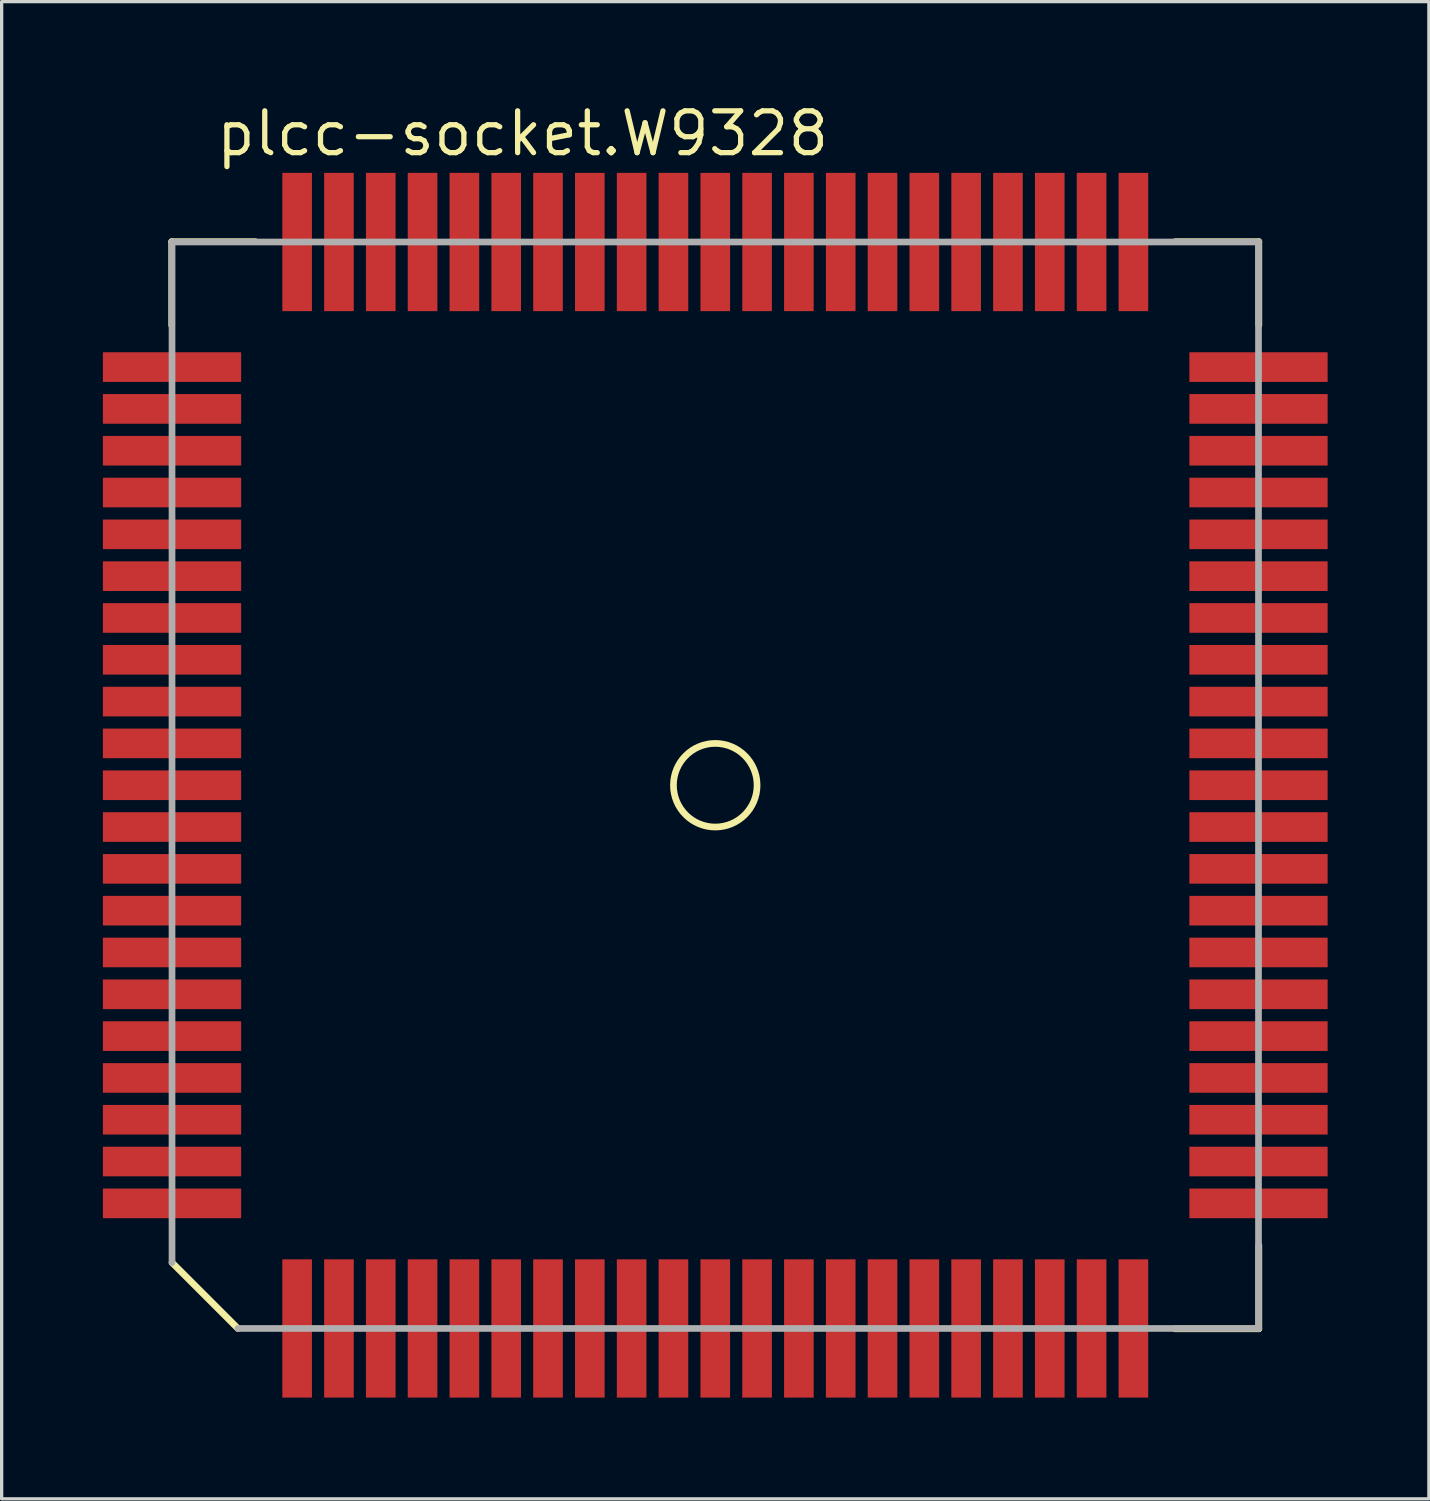
<source format=kicad_pcb>
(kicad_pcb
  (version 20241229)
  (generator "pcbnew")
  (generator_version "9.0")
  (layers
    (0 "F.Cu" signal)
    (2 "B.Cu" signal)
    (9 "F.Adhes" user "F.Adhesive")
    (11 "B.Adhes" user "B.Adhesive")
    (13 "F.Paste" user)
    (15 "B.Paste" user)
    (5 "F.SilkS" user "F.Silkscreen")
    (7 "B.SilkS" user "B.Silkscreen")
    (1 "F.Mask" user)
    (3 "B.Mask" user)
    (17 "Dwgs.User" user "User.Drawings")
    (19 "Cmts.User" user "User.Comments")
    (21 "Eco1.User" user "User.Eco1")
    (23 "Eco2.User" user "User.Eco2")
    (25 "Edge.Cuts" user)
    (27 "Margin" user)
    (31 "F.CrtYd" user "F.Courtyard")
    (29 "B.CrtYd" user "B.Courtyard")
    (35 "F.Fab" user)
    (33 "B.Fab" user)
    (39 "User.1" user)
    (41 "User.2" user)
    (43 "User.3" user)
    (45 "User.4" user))
  (footprint "plcc-socket.W9328"
    (layer "F.Cu")
    (at 18.675 20.8)
    (property "Reference" "plcc-socket.W9328" (at -15.24 -19.05 0) (layer "F.SilkS") (effects (font (size 1.27 1.27) (thickness 0.16)) (justify left bottom)))
    (attr smd)
    (fp_rect (start -18.65 -12.2) (end -14.35 -13.2) (stroke (width 0.05) (type default)) (fill yes) (layer "F.Mask"))
    (fp_rect (start -18.65 -10.93) (end -14.35 -11.93) (stroke (width 0.05) (type default)) (fill yes) (layer "F.Mask"))
    (fp_rect (start -18.65 -9.66) (end -14.35 -10.66) (stroke (width 0.05) (type default)) (fill yes) (layer "F.Mask"))
    (fp_rect (start -18.65 -8.39) (end -14.35 -9.39) (stroke (width 0.05) (type default)) (fill yes) (layer "F.Mask"))
    (fp_rect (start -18.65 -7.12) (end -14.35 -8.12) (stroke (width 0.05) (type default)) (fill yes) (layer "F.Mask"))
    (fp_rect (start -18.65 -5.85) (end -14.35 -6.85) (stroke (width 0.05) (type default)) (fill yes) (layer "F.Mask"))
    (fp_rect (start -18.65 -4.58) (end -14.35 -5.58) (stroke (width 0.05) (type default)) (fill yes) (layer "F.Mask"))
    (fp_rect (start -18.65 -3.31) (end -14.35 -4.31) (stroke (width 0.05) (type default)) (fill yes) (layer "F.Mask"))
    (fp_rect (start -18.65 -2.04) (end -14.35 -3.04) (stroke (width 0.05) (type default)) (fill yes) (layer "F.Mask"))
    (fp_rect (start -18.65 -0.77) (end -14.35 -1.77) (stroke (width 0.05) (type default)) (fill yes) (layer "F.Mask"))
    (fp_rect (start -18.65 0.5) (end -14.35 -0.5) (stroke (width 0.05) (type default)) (fill yes) (layer "F.Mask"))
    (fp_rect (start -18.65 1.77) (end -14.35 0.77) (stroke (width 0.05) (type default)) (fill yes) (layer "F.Mask"))
    (fp_rect (start -18.65 3.04) (end -14.35 2.04) (stroke (width 0.05) (type default)) (fill yes) (layer "F.Mask"))
    (fp_rect (start -18.65 4.31) (end -14.35 3.31) (stroke (width 0.05) (type default)) (fill yes) (layer "F.Mask"))
    (fp_rect (start -18.65 5.58) (end -14.35 4.58) (stroke (width 0.05) (type default)) (fill yes) (layer "F.Mask"))
    (fp_rect (start -18.65 6.85) (end -14.35 5.85) (stroke (width 0.05) (type default)) (fill yes) (layer "F.Mask"))
    (fp_rect (start -18.65 8.12) (end -14.35 7.12) (stroke (width 0.05) (type default)) (fill yes) (layer "F.Mask"))
    (fp_rect (start -18.65 9.39) (end -14.35 8.39) (stroke (width 0.05) (type default)) (fill yes) (layer "F.Mask"))
    (fp_rect (start -18.65 10.66) (end -14.35 9.66) (stroke (width 0.05) (type default)) (fill yes) (layer "F.Mask"))
    (fp_rect (start -18.65 11.93) (end -14.35 10.93) (stroke (width 0.05) (type default)) (fill yes) (layer "F.Mask"))
    (fp_rect (start -18.65 13.2) (end -14.35 12.2) (stroke (width 0.05) (type default)) (fill yes) (layer "F.Mask"))
    (fp_rect (start -13.2 -14.35) (end -12.2 -18.65) (stroke (width 0.05) (type default)) (fill yes) (layer "F.Mask"))
    (fp_rect (start -13.2 18.65) (end -12.2 14.35) (stroke (width 0.05) (type default)) (fill yes) (layer "F.Mask"))
    (fp_rect (start -11.93 -14.35) (end -10.93 -18.65) (stroke (width 0.05) (type default)) (fill yes) (layer "F.Mask"))
    (fp_rect (start -11.93 18.65) (end -10.93 14.35) (stroke (width 0.05) (type default)) (fill yes) (layer "F.Mask"))
    (fp_rect (start -10.66 -14.35) (end -9.66 -18.65) (stroke (width 0.05) (type default)) (fill yes) (layer "F.Mask"))
    (fp_rect (start -10.66 18.65) (end -9.66 14.35) (stroke (width 0.05) (type default)) (fill yes) (layer "F.Mask"))
    (fp_rect (start -9.39 -14.35) (end -8.39 -18.65) (stroke (width 0.05) (type default)) (fill yes) (layer "F.Mask"))
    (fp_rect (start -9.39 18.65) (end -8.39 14.35) (stroke (width 0.05) (type default)) (fill yes) (layer "F.Mask"))
    (fp_rect (start -8.12 -14.35) (end -7.12 -18.65) (stroke (width 0.05) (type default)) (fill yes) (layer "F.Mask"))
    (fp_rect (start -8.12 18.65) (end -7.12 14.35) (stroke (width 0.05) (type default)) (fill yes) (layer "F.Mask"))
    (fp_rect (start -6.85 -14.35) (end -5.85 -18.65) (stroke (width 0.05) (type default)) (fill yes) (layer "F.Mask"))
    (fp_rect (start -6.85 18.65) (end -5.85 14.35) (stroke (width 0.05) (type default)) (fill yes) (layer "F.Mask"))
    (fp_rect (start -5.58 -14.35) (end -4.58 -18.65) (stroke (width 0.05) (type default)) (fill yes) (layer "F.Mask"))
    (fp_rect (start -5.58 18.65) (end -4.58 14.35) (stroke (width 0.05) (type default)) (fill yes) (layer "F.Mask"))
    (fp_rect (start -4.31 -14.35) (end -3.31 -18.65) (stroke (width 0.05) (type default)) (fill yes) (layer "F.Mask"))
    (fp_rect (start -4.31 18.65) (end -3.31 14.35) (stroke (width 0.05) (type default)) (fill yes) (layer "F.Mask"))
    (fp_rect (start -3.04 -14.35) (end -2.04 -18.65) (stroke (width 0.05) (type default)) (fill yes) (layer "F.Mask"))
    (fp_rect (start -3.04 18.65) (end -2.04 14.35) (stroke (width 0.05) (type default)) (fill yes) (layer "F.Mask"))
    (fp_rect (start -1.77 -14.35) (end -0.77 -18.65) (stroke (width 0.05) (type default)) (fill yes) (layer "F.Mask"))
    (fp_rect (start -1.77 18.65) (end -0.77 14.35) (stroke (width 0.05) (type default)) (fill yes) (layer "F.Mask"))
    (fp_rect (start -0.5 -14.35) (end 0.5 -18.65) (stroke (width 0.05) (type default)) (fill yes) (layer "F.Mask"))
    (fp_rect (start -0.5 18.65) (end 0.5 14.35) (stroke (width 0.05) (type default)) (fill yes) (layer "F.Mask"))
    (fp_rect (start 0.77 -14.35) (end 1.77 -18.65) (stroke (width 0.05) (type default)) (fill yes) (layer "F.Mask"))
    (fp_rect (start 0.77 18.65) (end 1.77 14.35) (stroke (width 0.05) (type default)) (fill yes) (layer "F.Mask"))
    (fp_rect (start 2.04 -14.35) (end 3.04 -18.65) (stroke (width 0.05) (type default)) (fill yes) (layer "F.Mask"))
    (fp_rect (start 2.04 18.65) (end 3.04 14.35) (stroke (width 0.05) (type default)) (fill yes) (layer "F.Mask"))
    (fp_rect (start 3.31 -14.35) (end 4.31 -18.65) (stroke (width 0.05) (type default)) (fill yes) (layer "F.Mask"))
    (fp_rect (start 3.31 18.65) (end 4.31 14.35) (stroke (width 0.05) (type default)) (fill yes) (layer "F.Mask"))
    (fp_rect (start 4.58 -14.35) (end 5.58 -18.65) (stroke (width 0.05) (type default)) (fill yes) (layer "F.Mask"))
    (fp_rect (start 4.58 18.65) (end 5.58 14.35) (stroke (width 0.05) (type default)) (fill yes) (layer "F.Mask"))
    (fp_rect (start 5.85 -14.35) (end 6.85 -18.65) (stroke (width 0.05) (type default)) (fill yes) (layer "F.Mask"))
    (fp_rect (start 5.85 18.65) (end 6.85 14.35) (stroke (width 0.05) (type default)) (fill yes) (layer "F.Mask"))
    (fp_rect (start 7.12 -14.35) (end 8.12 -18.65) (stroke (width 0.05) (type default)) (fill yes) (layer "F.Mask"))
    (fp_rect (start 7.12 18.65) (end 8.12 14.35) (stroke (width 0.05) (type default)) (fill yes) (layer "F.Mask"))
    (fp_rect (start 8.39 -14.35) (end 9.39 -18.65) (stroke (width 0.05) (type default)) (fill yes) (layer "F.Mask"))
    (fp_rect (start 8.39 18.65) (end 9.39 14.35) (stroke (width 0.05) (type default)) (fill yes) (layer "F.Mask"))
    (fp_rect (start 9.66 -14.35) (end 10.66 -18.65) (stroke (width 0.05) (type default)) (fill yes) (layer "F.Mask"))
    (fp_rect (start 9.66 18.65) (end 10.66 14.35) (stroke (width 0.05) (type default)) (fill yes) (layer "F.Mask"))
    (fp_rect (start 10.93 -14.35) (end 11.93 -18.65) (stroke (width 0.05) (type default)) (fill yes) (layer "F.Mask"))
    (fp_rect (start 10.93 18.65) (end 11.93 14.35) (stroke (width 0.05) (type default)) (fill yes) (layer "F.Mask"))
    (fp_rect (start 12.2 -14.35) (end 13.2 -18.65) (stroke (width 0.05) (type default)) (fill yes) (layer "F.Mask"))
    (fp_rect (start 12.2 18.65) (end 13.2 14.35) (stroke (width 0.05) (type default)) (fill yes) (layer "F.Mask"))
    (fp_rect (start 14.35 -12.2) (end 18.65 -13.2) (stroke (width 0.05) (type default)) (fill yes) (layer "F.Mask"))
    (fp_rect (start 14.35 -10.93) (end 18.65 -11.93) (stroke (width 0.05) (type default)) (fill yes) (layer "F.Mask"))
    (fp_rect (start 14.35 -9.66) (end 18.65 -10.66) (stroke (width 0.05) (type default)) (fill yes) (layer "F.Mask"))
    (fp_rect (start 14.35 -8.39) (end 18.65 -9.39) (stroke (width 0.05) (type default)) (fill yes) (layer "F.Mask"))
    (fp_rect (start 14.35 -7.12) (end 18.65 -8.12) (stroke (width 0.05) (type default)) (fill yes) (layer "F.Mask"))
    (fp_rect (start 14.35 -5.85) (end 18.65 -6.85) (stroke (width 0.05) (type default)) (fill yes) (layer "F.Mask"))
    (fp_rect (start 14.35 -4.58) (end 18.65 -5.58) (stroke (width 0.05) (type default)) (fill yes) (layer "F.Mask"))
    (fp_rect (start 14.35 -3.31) (end 18.65 -4.31) (stroke (width 0.05) (type default)) (fill yes) (layer "F.Mask"))
    (fp_rect (start 14.35 -2.04) (end 18.65 -3.04) (stroke (width 0.05) (type default)) (fill yes) (layer "F.Mask"))
    (fp_rect (start 14.35 -0.77) (end 18.65 -1.77) (stroke (width 0.05) (type default)) (fill yes) (layer "F.Mask"))
    (fp_rect (start 14.35 0.5) (end 18.65 -0.5) (stroke (width 0.05) (type default)) (fill yes) (layer "F.Mask"))
    (fp_rect (start 14.35 1.77) (end 18.65 0.77) (stroke (width 0.05) (type default)) (fill yes) (layer "F.Mask"))
    (fp_rect (start 14.35 3.04) (end 18.65 2.04) (stroke (width 0.05) (type default)) (fill yes) (layer "F.Mask"))
    (fp_rect (start 14.35 4.31) (end 18.65 3.31) (stroke (width 0.05) (type default)) (fill yes) (layer "F.Mask"))
    (fp_rect (start 14.35 5.58) (end 18.65 4.58) (stroke (width 0.05) (type default)) (fill yes) (layer "F.Mask"))
    (fp_rect (start 14.35 6.85) (end 18.65 5.85) (stroke (width 0.05) (type default)) (fill yes) (layer "F.Mask"))
    (fp_rect (start 14.35 8.12) (end 18.65 7.12) (stroke (width 0.05) (type default)) (fill yes) (layer "F.Mask"))
    (fp_rect (start 14.35 9.39) (end 18.65 8.39) (stroke (width 0.05) (type default)) (fill yes) (layer "F.Mask"))
    (fp_rect (start 14.35 10.66) (end 18.65 9.66) (stroke (width 0.05) (type default)) (fill yes) (layer "F.Mask"))
    (fp_rect (start 14.35 11.93) (end 18.65 10.93) (stroke (width 0.05) (type default)) (fill yes) (layer "F.Mask"))
    (fp_rect (start 14.35 13.2) (end 18.65 12.2) (stroke (width 0.05) (type default)) (fill yes) (layer "F.Mask"))
    (fp_line (start -16.51 -16.51) (end -13.97 -16.51) (stroke (width 0.203) (type default)) (layer "F.SilkS"))
    (fp_line (start -16.51 -13.97) (end -16.51 -16.51) (stroke (width 0.203) (type default)) (layer "F.SilkS"))
    (fp_line (start -14.5 16.5) (end -16.5 14.5) (stroke (width 0.203) (type default)) (layer "F.SilkS"))
    (fp_line (start 13.97 -16.51) (end 16.51 -16.51) (stroke (width 0.203) (type default)) (layer "F.SilkS"))
    (fp_line (start 16.51 -16.51) (end 16.51 -13.97) (stroke (width 0.203) (type default)) (layer "F.SilkS"))
    (fp_line (start 16.51 13.97) (end 16.51 16.51) (stroke (width 0.203) (type default)) (layer "F.SilkS"))
    (fp_line (start 16.51 16.51) (end 13.97 16.51) (stroke (width 0.203) (type default)) (layer "F.SilkS"))
    (fp_circle (center 0 0) (end 1.27 0) (stroke (width 0.203) (type default)) (fill no) (layer "F.SilkS"))
    (fp_rect (start -18.55 -12.275) (end -14.45 -13.125) (stroke (width 0.05) (type default)) (fill yes) (layer "F.Paste"))
    (fp_rect (start -18.55 -11.005) (end -14.45 -11.855) (stroke (width 0.05) (type default)) (fill yes) (layer "F.Paste"))
    (fp_rect (start -18.55 -9.735) (end -14.45 -10.585) (stroke (width 0.05) (type default)) (fill yes) (layer "F.Paste"))
    (fp_rect (start -18.55 -8.465) (end -14.45 -9.315) (stroke (width 0.05) (type default)) (fill yes) (layer "F.Paste"))
    (fp_rect (start -18.55 -7.195) (end -14.45 -8.045) (stroke (width 0.05) (type default)) (fill yes) (layer "F.Paste"))
    (fp_rect (start -18.55 -5.925) (end -14.45 -6.775) (stroke (width 0.05) (type default)) (fill yes) (layer "F.Paste"))
    (fp_rect (start -18.55 -4.655) (end -14.45 -5.505) (stroke (width 0.05) (type default)) (fill yes) (layer "F.Paste"))
    (fp_rect (start -18.55 -3.385) (end -14.45 -4.235) (stroke (width 0.05) (type default)) (fill yes) (layer "F.Paste"))
    (fp_rect (start -18.55 -2.115) (end -14.45 -2.965) (stroke (width 0.05) (type default)) (fill yes) (layer "F.Paste"))
    (fp_rect (start -18.55 -0.845) (end -14.45 -1.695) (stroke (width 0.05) (type default)) (fill yes) (layer "F.Paste"))
    (fp_rect (start -18.55 0.425) (end -14.45 -0.425) (stroke (width 0.05) (type default)) (fill yes) (layer "F.Paste"))
    (fp_rect (start -18.55 1.695) (end -14.45 0.845) (stroke (width 0.05) (type default)) (fill yes) (layer "F.Paste"))
    (fp_rect (start -18.55 2.965) (end -14.45 2.115) (stroke (width 0.05) (type default)) (fill yes) (layer "F.Paste"))
    (fp_rect (start -18.55 4.235) (end -14.45 3.385) (stroke (width 0.05) (type default)) (fill yes) (layer "F.Paste"))
    (fp_rect (start -18.55 5.505) (end -14.45 4.655) (stroke (width 0.05) (type default)) (fill yes) (layer "F.Paste"))
    (fp_rect (start -18.55 6.775) (end -14.45 5.925) (stroke (width 0.05) (type default)) (fill yes) (layer "F.Paste"))
    (fp_rect (start -18.55 8.045) (end -14.45 7.195) (stroke (width 0.05) (type default)) (fill yes) (layer "F.Paste"))
    (fp_rect (start -18.55 9.315) (end -14.45 8.465) (stroke (width 0.05) (type default)) (fill yes) (layer "F.Paste"))
    (fp_rect (start -18.55 10.585) (end -14.45 9.735) (stroke (width 0.05) (type default)) (fill yes) (layer "F.Paste"))
    (fp_rect (start -18.55 11.855) (end -14.45 11.005) (stroke (width 0.05) (type default)) (fill yes) (layer "F.Paste"))
    (fp_rect (start -18.55 13.125) (end -14.45 12.275) (stroke (width 0.05) (type default)) (fill yes) (layer "F.Paste"))
    (fp_rect (start -13.125 -14.45) (end -12.275 -18.55) (stroke (width 0.05) (type default)) (fill yes) (layer "F.Paste"))
    (fp_rect (start -13.125 18.55) (end -12.275 14.45) (stroke (width 0.05) (type default)) (fill yes) (layer "F.Paste"))
    (fp_rect (start -11.855 -14.45) (end -11.005 -18.55) (stroke (width 0.05) (type default)) (fill yes) (layer "F.Paste"))
    (fp_rect (start -11.855 18.55) (end -11.005 14.45) (stroke (width 0.05) (type default)) (fill yes) (layer "F.Paste"))
    (fp_rect (start -10.585 -14.45) (end -9.735 -18.55) (stroke (width 0.05) (type default)) (fill yes) (layer "F.Paste"))
    (fp_rect (start -10.585 18.55) (end -9.735 14.45) (stroke (width 0.05) (type default)) (fill yes) (layer "F.Paste"))
    (fp_rect (start -9.315 -14.45) (end -8.465 -18.55) (stroke (width 0.05) (type default)) (fill yes) (layer "F.Paste"))
    (fp_rect (start -9.315 18.55) (end -8.465 14.45) (stroke (width 0.05) (type default)) (fill yes) (layer "F.Paste"))
    (fp_rect (start -8.045 -14.45) (end -7.195 -18.55) (stroke (width 0.05) (type default)) (fill yes) (layer "F.Paste"))
    (fp_rect (start -8.045 18.55) (end -7.195 14.45) (stroke (width 0.05) (type default)) (fill yes) (layer "F.Paste"))
    (fp_rect (start -6.775 -14.45) (end -5.925 -18.55) (stroke (width 0.05) (type default)) (fill yes) (layer "F.Paste"))
    (fp_rect (start -6.775 18.55) (end -5.925 14.45) (stroke (width 0.05) (type default)) (fill yes) (layer "F.Paste"))
    (fp_rect (start -5.505 -14.45) (end -4.655 -18.55) (stroke (width 0.05) (type default)) (fill yes) (layer "F.Paste"))
    (fp_rect (start -5.505 18.55) (end -4.655 14.45) (stroke (width 0.05) (type default)) (fill yes) (layer "F.Paste"))
    (fp_rect (start -4.235 -14.45) (end -3.385 -18.55) (stroke (width 0.05) (type default)) (fill yes) (layer "F.Paste"))
    (fp_rect (start -4.235 18.55) (end -3.385 14.45) (stroke (width 0.05) (type default)) (fill yes) (layer "F.Paste"))
    (fp_rect (start -2.965 -14.45) (end -2.115 -18.55) (stroke (width 0.05) (type default)) (fill yes) (layer "F.Paste"))
    (fp_rect (start -2.965 18.55) (end -2.115 14.45) (stroke (width 0.05) (type default)) (fill yes) (layer "F.Paste"))
    (fp_rect (start -1.695 -14.45) (end -0.845 -18.55) (stroke (width 0.05) (type default)) (fill yes) (layer "F.Paste"))
    (fp_rect (start -1.695 18.55) (end -0.845 14.45) (stroke (width 0.05) (type default)) (fill yes) (layer "F.Paste"))
    (fp_rect (start -0.425 -14.45) (end 0.425 -18.55) (stroke (width 0.05) (type default)) (fill yes) (layer "F.Paste"))
    (fp_rect (start -0.425 18.55) (end 0.425 14.45) (stroke (width 0.05) (type default)) (fill yes) (layer "F.Paste"))
    (fp_rect (start 0.845 -14.45) (end 1.695 -18.55) (stroke (width 0.05) (type default)) (fill yes) (layer "F.Paste"))
    (fp_rect (start 0.845 18.55) (end 1.695 14.45) (stroke (width 0.05) (type default)) (fill yes) (layer "F.Paste"))
    (fp_rect (start 2.115 -14.45) (end 2.965 -18.55) (stroke (width 0.05) (type default)) (fill yes) (layer "F.Paste"))
    (fp_rect (start 2.115 18.55) (end 2.965 14.45) (stroke (width 0.05) (type default)) (fill yes) (layer "F.Paste"))
    (fp_rect (start 3.385 -14.45) (end 4.235 -18.55) (stroke (width 0.05) (type default)) (fill yes) (layer "F.Paste"))
    (fp_rect (start 3.385 18.55) (end 4.235 14.45) (stroke (width 0.05) (type default)) (fill yes) (layer "F.Paste"))
    (fp_rect (start 4.655 -14.45) (end 5.505 -18.55) (stroke (width 0.05) (type default)) (fill yes) (layer "F.Paste"))
    (fp_rect (start 4.655 18.55) (end 5.505 14.45) (stroke (width 0.05) (type default)) (fill yes) (layer "F.Paste"))
    (fp_rect (start 5.925 -14.45) (end 6.775 -18.55) (stroke (width 0.05) (type default)) (fill yes) (layer "F.Paste"))
    (fp_rect (start 5.925 18.55) (end 6.775 14.45) (stroke (width 0.05) (type default)) (fill yes) (layer "F.Paste"))
    (fp_rect (start 7.195 -14.45) (end 8.045 -18.55) (stroke (width 0.05) (type default)) (fill yes) (layer "F.Paste"))
    (fp_rect (start 7.195 18.55) (end 8.045 14.45) (stroke (width 0.05) (type default)) (fill yes) (layer "F.Paste"))
    (fp_rect (start 8.465 -14.45) (end 9.315 -18.55) (stroke (width 0.05) (type default)) (fill yes) (layer "F.Paste"))
    (fp_rect (start 8.465 18.55) (end 9.315 14.45) (stroke (width 0.05) (type default)) (fill yes) (layer "F.Paste"))
    (fp_rect (start 9.735 -14.45) (end 10.585 -18.55) (stroke (width 0.05) (type default)) (fill yes) (layer "F.Paste"))
    (fp_rect (start 9.735 18.55) (end 10.585 14.45) (stroke (width 0.05) (type default)) (fill yes) (layer "F.Paste"))
    (fp_rect (start 11.005 -14.45) (end 11.855 -18.55) (stroke (width 0.05) (type default)) (fill yes) (layer "F.Paste"))
    (fp_rect (start 11.005 18.55) (end 11.855 14.45) (stroke (width 0.05) (type default)) (fill yes) (layer "F.Paste"))
    (fp_rect (start 12.275 -14.45) (end 13.125 -18.55) (stroke (width 0.05) (type default)) (fill yes) (layer "F.Paste"))
    (fp_rect (start 12.275 18.55) (end 13.125 14.45) (stroke (width 0.05) (type default)) (fill yes) (layer "F.Paste"))
    (fp_rect (start 14.45 -12.275) (end 18.55 -13.125) (stroke (width 0.05) (type default)) (fill yes) (layer "F.Paste"))
    (fp_rect (start 14.45 -11.005) (end 18.55 -11.855) (stroke (width 0.05) (type default)) (fill yes) (layer "F.Paste"))
    (fp_rect (start 14.45 -9.735) (end 18.55 -10.585) (stroke (width 0.05) (type default)) (fill yes) (layer "F.Paste"))
    (fp_rect (start 14.45 -8.465) (end 18.55 -9.315) (stroke (width 0.05) (type default)) (fill yes) (layer "F.Paste"))
    (fp_rect (start 14.45 -7.195) (end 18.55 -8.045) (stroke (width 0.05) (type default)) (fill yes) (layer "F.Paste"))
    (fp_rect (start 14.45 -5.925) (end 18.55 -6.775) (stroke (width 0.05) (type default)) (fill yes) (layer "F.Paste"))
    (fp_rect (start 14.45 -4.655) (end 18.55 -5.505) (stroke (width 0.05) (type default)) (fill yes) (layer "F.Paste"))
    (fp_rect (start 14.45 -3.385) (end 18.55 -4.235) (stroke (width 0.05) (type default)) (fill yes) (layer "F.Paste"))
    (fp_rect (start 14.45 -2.115) (end 18.55 -2.965) (stroke (width 0.05) (type default)) (fill yes) (layer "F.Paste"))
    (fp_rect (start 14.45 -0.845) (end 18.55 -1.695) (stroke (width 0.05) (type default)) (fill yes) (layer "F.Paste"))
    (fp_rect (start 14.45 0.425) (end 18.55 -0.425) (stroke (width 0.05) (type default)) (fill yes) (layer "F.Paste"))
    (fp_rect (start 14.45 1.695) (end 18.55 0.845) (stroke (width 0.05) (type default)) (fill yes) (layer "F.Paste"))
    (fp_rect (start 14.45 2.965) (end 18.55 2.115) (stroke (width 0.05) (type default)) (fill yes) (layer "F.Paste"))
    (fp_rect (start 14.45 4.235) (end 18.55 3.385) (stroke (width 0.05) (type default)) (fill yes) (layer "F.Paste"))
    (fp_rect (start 14.45 5.505) (end 18.55 4.655) (stroke (width 0.05) (type default)) (fill yes) (layer "F.Paste"))
    (fp_rect (start 14.45 6.775) (end 18.55 5.925) (stroke (width 0.05) (type default)) (fill yes) (layer "F.Paste"))
    (fp_rect (start 14.45 8.045) (end 18.55 7.195) (stroke (width 0.05) (type default)) (fill yes) (layer "F.Paste"))
    (fp_rect (start 14.45 9.315) (end 18.55 8.465) (stroke (width 0.05) (type default)) (fill yes) (layer "F.Paste"))
    (fp_rect (start 14.45 10.585) (end 18.55 9.735) (stroke (width 0.05) (type default)) (fill yes) (layer "F.Paste"))
    (fp_rect (start 14.45 11.855) (end 18.55 11.005) (stroke (width 0.05) (type default)) (fill yes) (layer "F.Paste"))
    (fp_rect (start 14.45 13.125) (end 18.55 12.275) (stroke (width 0.05) (type default)) (fill yes) (layer "F.Paste"))
    (fp_line (start -16.5 -16.5) (end 16.5 -16.5) (stroke (width 0.203) (type default)) (layer "F.Fab"))
    (fp_line (start -16.5 14.5) (end -16.5 -16.5) (stroke (width 0.203) (type default)) (layer "F.Fab"))
    (fp_line (start 16.5 -16.5) (end 16.5 16.5) (stroke (width 0.203) (type default)) (layer "F.Fab"))
    (fp_line (start 16.5 16.5) (end -14.5 16.5) (stroke (width 0.203) (type default)) (layer "F.Fab"))
    (pad "1" smd roundrect (at -16.5 0) (size 4.2 0.9) (layers "F.Cu" "F.Mask" "F.Paste") (roundrect_rratio 0.01))
    (pad "2" smd roundrect (at -16.5 1.27) (size 4.2 0.9) (layers "F.Cu" "F.Mask" "F.Paste") (roundrect_rratio 0.01))
    (pad "3" smd roundrect (at -16.5 2.54) (size 4.2 0.9) (layers "F.Cu" "F.Mask" "F.Paste") (roundrect_rratio 0.01))
    (pad "4" smd roundrect (at -16.5 3.81) (size 4.2 0.9) (layers "F.Cu" "F.Mask" "F.Paste") (roundrect_rratio 0.01))
    (pad "5" smd roundrect (at -16.5 5.08) (size 4.2 0.9) (layers "F.Cu" "F.Mask" "F.Paste") (roundrect_rratio 0.01))
    (pad "6" smd roundrect (at -16.5 6.35) (size 4.2 0.9) (layers "F.Cu" "F.Mask" "F.Paste") (roundrect_rratio 0.01))
    (pad "7" smd roundrect (at -16.5 7.62) (size 4.2 0.9) (layers "F.Cu" "F.Mask" "F.Paste") (roundrect_rratio 0.01))
    (pad "8" smd roundrect (at -16.5 8.89) (size 4.2 0.9) (layers "F.Cu" "F.Mask" "F.Paste") (roundrect_rratio 0.01))
    (pad "9" smd roundrect (at -16.5 10.16) (size 4.2 0.9) (layers "F.Cu" "F.Mask" "F.Paste") (roundrect_rratio 0.01))
    (pad "10" smd roundrect (at -16.5 11.43) (size 4.2 0.9) (layers "F.Cu" "F.Mask" "F.Paste") (roundrect_rratio 0.01))
    (pad "11" smd roundrect (at -16.5 12.7) (size 4.2 0.9) (layers "F.Cu" "F.Mask" "F.Paste") (roundrect_rratio 0.01))
    (pad "12" smd roundrect (at -12.7 16.5 90) (size 4.2 0.9) (layers "F.Cu" "F.Mask" "F.Paste") (roundrect_rratio 0.01))
    (pad "13" smd roundrect (at -11.43 16.5 90) (size 4.2 0.9) (layers "F.Cu" "F.Mask" "F.Paste") (roundrect_rratio 0.01))
    (pad "14" smd roundrect (at -10.16 16.5 90) (size 4.2 0.9) (layers "F.Cu" "F.Mask" "F.Paste") (roundrect_rratio 0.01))
    (pad "15" smd roundrect (at -8.89 16.5 90) (size 4.2 0.9) (layers "F.Cu" "F.Mask" "F.Paste") (roundrect_rratio 0.01))
    (pad "16" smd roundrect (at -7.62 16.5 90) (size 4.2 0.9) (layers "F.Cu" "F.Mask" "F.Paste") (roundrect_rratio 0.01))
    (pad "17" smd roundrect (at -6.35 16.5 90) (size 4.2 0.9) (layers "F.Cu" "F.Mask" "F.Paste") (roundrect_rratio 0.01))
    (pad "18" smd roundrect (at -5.08 16.5 90) (size 4.2 0.9) (layers "F.Cu" "F.Mask" "F.Paste") (roundrect_rratio 0.01))
    (pad "19" smd roundrect (at -3.81 16.5 90) (size 4.2 0.9) (layers "F.Cu" "F.Mask" "F.Paste") (roundrect_rratio 0.01))
    (pad "20" smd roundrect (at -2.54 16.5 90) (size 4.2 0.9) (layers "F.Cu" "F.Mask" "F.Paste") (roundrect_rratio 0.01))
    (pad "21" smd roundrect (at -1.27 16.5 90) (size 4.2 0.9) (layers "F.Cu" "F.Mask" "F.Paste") (roundrect_rratio 0.01))
    (pad "22" smd roundrect (at 0 16.5 90) (size 4.2 0.9) (layers "F.Cu" "F.Mask" "F.Paste") (roundrect_rratio 0.01))
    (pad "23" smd roundrect (at 1.27 16.5 90) (size 4.2 0.9) (layers "F.Cu" "F.Mask" "F.Paste") (roundrect_rratio 0.01))
    (pad "24" smd roundrect (at 2.54 16.5 90) (size 4.2 0.9) (layers "F.Cu" "F.Mask" "F.Paste") (roundrect_rratio 0.01))
    (pad "25" smd roundrect (at 3.81 16.5 90) (size 4.2 0.9) (layers "F.Cu" "F.Mask" "F.Paste") (roundrect_rratio 0.01))
    (pad "26" smd roundrect (at 5.08 16.5 90) (size 4.2 0.9) (layers "F.Cu" "F.Mask" "F.Paste") (roundrect_rratio 0.01))
    (pad "27" smd roundrect (at 6.35 16.5 90) (size 4.2 0.9) (layers "F.Cu" "F.Mask" "F.Paste") (roundrect_rratio 0.01))
    (pad "28" smd roundrect (at 7.62 16.5 90) (size 4.2 0.9) (layers "F.Cu" "F.Mask" "F.Paste") (roundrect_rratio 0.01))
    (pad "29" smd roundrect (at 8.89 16.5 90) (size 4.2 0.9) (layers "F.Cu" "F.Mask" "F.Paste") (roundrect_rratio 0.01))
    (pad "30" smd roundrect (at 10.16 16.5 90) (size 4.2 0.9) (layers "F.Cu" "F.Mask" "F.Paste") (roundrect_rratio 0.01))
    (pad "31" smd roundrect (at 11.43 16.5 90) (size 4.2 0.9) (layers "F.Cu" "F.Mask" "F.Paste") (roundrect_rratio 0.01))
    (pad "32" smd roundrect (at 12.7 16.5 90) (size 4.2 0.9) (layers "F.Cu" "F.Mask" "F.Paste") (roundrect_rratio 0.01))
    (pad "33" smd roundrect (at 16.5 12.7 180) (size 4.2 0.9) (layers "F.Cu" "F.Mask" "F.Paste") (roundrect_rratio 0.01))
    (pad "34" smd roundrect (at 16.5 11.43 180) (size 4.2 0.9) (layers "F.Cu" "F.Mask" "F.Paste") (roundrect_rratio 0.01))
    (pad "35" smd roundrect (at 16.5 10.16 180) (size 4.2 0.9) (layers "F.Cu" "F.Mask" "F.Paste") (roundrect_rratio 0.01))
    (pad "36" smd roundrect (at 16.5 8.89 180) (size 4.2 0.9) (layers "F.Cu" "F.Mask" "F.Paste") (roundrect_rratio 0.01))
    (pad "37" smd roundrect (at 16.5 7.62 180) (size 4.2 0.9) (layers "F.Cu" "F.Mask" "F.Paste") (roundrect_rratio 0.01))
    (pad "38" smd roundrect (at 16.5 6.35 180) (size 4.2 0.9) (layers "F.Cu" "F.Mask" "F.Paste") (roundrect_rratio 0.01))
    (pad "39" smd roundrect (at 16.5 5.08 180) (size 4.2 0.9) (layers "F.Cu" "F.Mask" "F.Paste") (roundrect_rratio 0.01))
    (pad "40" smd roundrect (at 16.5 3.81 180) (size 4.2 0.9) (layers "F.Cu" "F.Mask" "F.Paste") (roundrect_rratio 0.01))
    (pad "41" smd roundrect (at 16.5 2.54 180) (size 4.2 0.9) (layers "F.Cu" "F.Mask" "F.Paste") (roundrect_rratio 0.01))
    (pad "42" smd roundrect (at 16.5 1.27 180) (size 4.2 0.9) (layers "F.Cu" "F.Mask" "F.Paste") (roundrect_rratio 0.01))
    (pad "43" smd roundrect (at 16.5 0 180) (size 4.2 0.9) (layers "F.Cu" "F.Mask" "F.Paste") (roundrect_rratio 0.01))
    (pad "44" smd roundrect (at 16.5 -1.27 180) (size 4.2 0.9) (layers "F.Cu" "F.Mask" "F.Paste") (roundrect_rratio 0.01))
    (pad "45" smd roundrect (at 16.5 -2.54 180) (size 4.2 0.9) (layers "F.Cu" "F.Mask" "F.Paste") (roundrect_rratio 0.01))
    (pad "46" smd roundrect (at 16.5 -3.81 180) (size 4.2 0.9) (layers "F.Cu" "F.Mask" "F.Paste") (roundrect_rratio 0.01))
    (pad "47" smd roundrect (at 16.5 -5.08 180) (size 4.2 0.9) (layers "F.Cu" "F.Mask" "F.Paste") (roundrect_rratio 0.01))
    (pad "48" smd roundrect (at 16.5 -6.35 180) (size 4.2 0.9) (layers "F.Cu" "F.Mask" "F.Paste") (roundrect_rratio 0.01))
    (pad "49" smd roundrect (at 16.5 -7.62 180) (size 4.2 0.9) (layers "F.Cu" "F.Mask" "F.Paste") (roundrect_rratio 0.01))
    (pad "50" smd roundrect (at 16.5 -8.89 180) (size 4.2 0.9) (layers "F.Cu" "F.Mask" "F.Paste") (roundrect_rratio 0.01))
    (pad "51" smd roundrect (at 16.5 -10.16 180) (size 4.2 0.9) (layers "F.Cu" "F.Mask" "F.Paste") (roundrect_rratio 0.01))
    (pad "52" smd roundrect (at 16.5 -11.43 180) (size 4.2 0.9) (layers "F.Cu" "F.Mask" "F.Paste") (roundrect_rratio 0.01))
    (pad "53" smd roundrect (at 16.5 -12.7 180) (size 4.2 0.9) (layers "F.Cu" "F.Mask" "F.Paste") (roundrect_rratio 0.01))
    (pad "54" smd roundrect (at 12.7 -16.5 270) (size 4.2 0.9) (layers "F.Cu" "F.Mask" "F.Paste") (roundrect_rratio 0.01))
    (pad "55" smd roundrect (at 11.43 -16.5 270) (size 4.2 0.9) (layers "F.Cu" "F.Mask" "F.Paste") (roundrect_rratio 0.01))
    (pad "56" smd roundrect (at 10.16 -16.5 270) (size 4.2 0.9) (layers "F.Cu" "F.Mask" "F.Paste") (roundrect_rratio 0.01))
    (pad "57" smd roundrect (at 8.89 -16.5 270) (size 4.2 0.9) (layers "F.Cu" "F.Mask" "F.Paste") (roundrect_rratio 0.01))
    (pad "58" smd roundrect (at 7.62 -16.5 270) (size 4.2 0.9) (layers "F.Cu" "F.Mask" "F.Paste") (roundrect_rratio 0.01))
    (pad "59" smd roundrect (at 6.35 -16.5 270) (size 4.2 0.9) (layers "F.Cu" "F.Mask" "F.Paste") (roundrect_rratio 0.01))
    (pad "60" smd roundrect (at 5.08 -16.5 270) (size 4.2 0.9) (layers "F.Cu" "F.Mask" "F.Paste") (roundrect_rratio 0.01))
    (pad "61" smd roundrect (at 3.81 -16.5 270) (size 4.2 0.9) (layers "F.Cu" "F.Mask" "F.Paste") (roundrect_rratio 0.01))
    (pad "62" smd roundrect (at 2.54 -16.5 270) (size 4.2 0.9) (layers "F.Cu" "F.Mask" "F.Paste") (roundrect_rratio 0.01))
    (pad "63" smd roundrect (at 1.27 -16.5 270) (size 4.2 0.9) (layers "F.Cu" "F.Mask" "F.Paste") (roundrect_rratio 0.01))
    (pad "64" smd roundrect (at 0 -16.5 270) (size 4.2 0.9) (layers "F.Cu" "F.Mask" "F.Paste") (roundrect_rratio 0.01))
    (pad "65" smd roundrect (at -1.27 -16.5 270) (size 4.2 0.9) (layers "F.Cu" "F.Mask" "F.Paste") (roundrect_rratio 0.01))
    (pad "66" smd roundrect (at -2.54 -16.5 270) (size 4.2 0.9) (layers "F.Cu" "F.Mask" "F.Paste") (roundrect_rratio 0.01))
    (pad "67" smd roundrect (at -3.81 -16.5 270) (size 4.2 0.9) (layers "F.Cu" "F.Mask" "F.Paste") (roundrect_rratio 0.01))
    (pad "68" smd roundrect (at -5.08 -16.5 270) (size 4.2 0.9) (layers "F.Cu" "F.Mask" "F.Paste") (roundrect_rratio 0.01))
    (pad "69" smd roundrect (at -6.35 -16.5 270) (size 4.2 0.9) (layers "F.Cu" "F.Mask" "F.Paste") (roundrect_rratio 0.01))
    (pad "70" smd roundrect (at -7.62 -16.5 270) (size 4.2 0.9) (layers "F.Cu" "F.Mask" "F.Paste") (roundrect_rratio 0.01))
    (pad "71" smd roundrect (at -8.89 -16.5 270) (size 4.2 0.9) (layers "F.Cu" "F.Mask" "F.Paste") (roundrect_rratio 0.01))
    (pad "72" smd roundrect (at -10.16 -16.5 270) (size 4.2 0.9) (layers "F.Cu" "F.Mask" "F.Paste") (roundrect_rratio 0.01))
    (pad "73" smd roundrect (at -11.43 -16.5 270) (size 4.2 0.9) (layers "F.Cu" "F.Mask" "F.Paste") (roundrect_rratio 0.01))
    (pad "74" smd roundrect (at -12.7 -16.5 270) (size 4.2 0.9) (layers "F.Cu" "F.Mask" "F.Paste") (roundrect_rratio 0.01))
    (pad "75" smd roundrect (at -16.5 -12.7) (size 4.2 0.9) (layers "F.Cu" "F.Mask" "F.Paste") (roundrect_rratio 0.01))
    (pad "76" smd roundrect (at -16.5 -11.43) (size 4.2 0.9) (layers "F.Cu" "F.Mask" "F.Paste") (roundrect_rratio 0.01))
    (pad "77" smd roundrect (at -16.5 -10.16) (size 4.2 0.9) (layers "F.Cu" "F.Mask" "F.Paste") (roundrect_rratio 0.01))
    (pad "78" smd roundrect (at -16.5 -8.89) (size 4.2 0.9) (layers "F.Cu" "F.Mask" "F.Paste") (roundrect_rratio 0.01))
    (pad "79" smd roundrect (at -16.5 -7.62) (size 4.2 0.9) (layers "F.Cu" "F.Mask" "F.Paste") (roundrect_rratio 0.01))
    (pad "80" smd roundrect (at -16.5 -6.35) (size 4.2 0.9) (layers "F.Cu" "F.Mask" "F.Paste") (roundrect_rratio 0.01))
    (pad "81" smd roundrect (at -16.5 -5.08) (size 4.2 0.9) (layers "F.Cu" "F.Mask" "F.Paste") (roundrect_rratio 0.01))
    (pad "82" smd roundrect (at -16.5 -3.81) (size 4.2 0.9) (layers "F.Cu" "F.Mask" "F.Paste") (roundrect_rratio 0.01))
    (pad "83" smd roundrect (at -16.5 -2.54) (size 4.2 0.9) (layers "F.Cu" "F.Mask" "F.Paste") (roundrect_rratio 0.01))
    (pad "84" smd roundrect (at -16.5 -1.27) (size 4.2 0.9) (layers "F.Cu" "F.Mask" "F.Paste") (roundrect_rratio 0.01)))
  (gr_rect
    (start -3 -3)
    (end 40.35 42.475)
    (stroke (width 0.1) (type default))
    (fill no)
    (layer "Edge.Cuts")))
</source>
